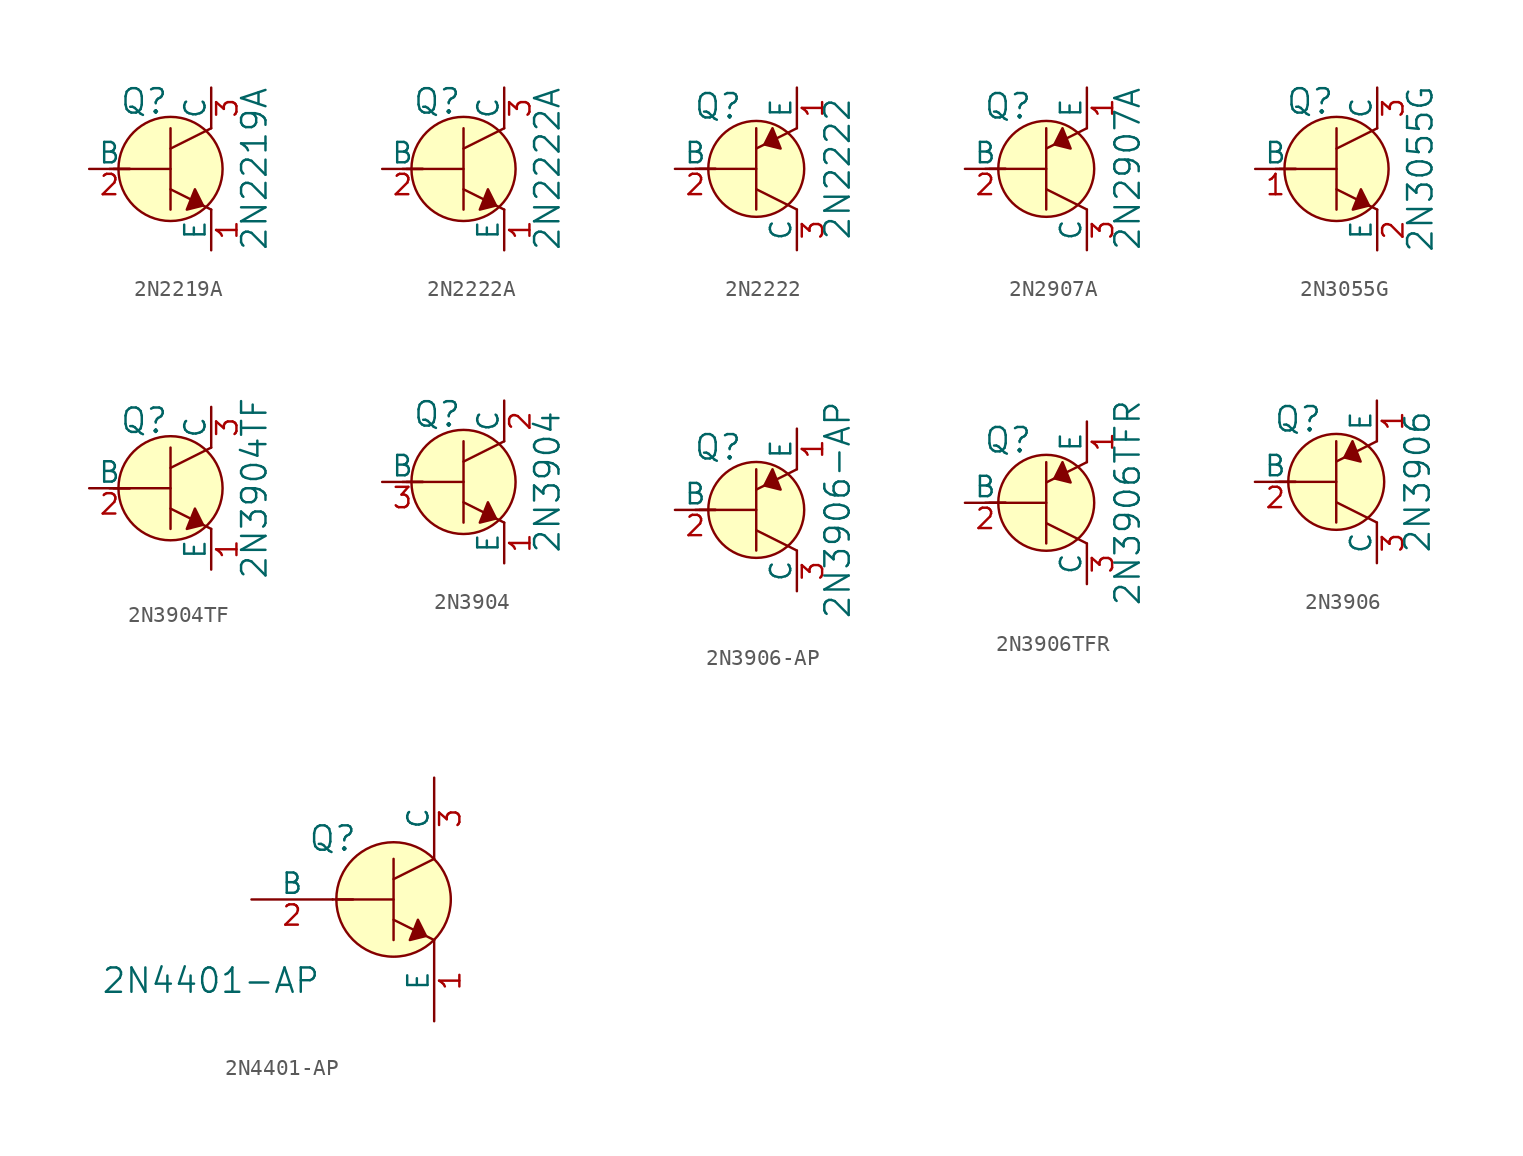
<source format=kicad_sym>
(kicad_symbol_lib
  (version 20211014)
  (generator kicad_symbol_editor)
  (symbol "2N2219A"
    (pin_names
      (offset 0))
    (property "Reference" "Q"
      (at -3.2 4.216 0)
      (effects (font (size 1.524 1.524)) (justify left)))
    (property "Value" "2N2219A"
      (at 5.232 0 90)
      (effects (font (size 1.524 1.524))))
    (symbol "2N2219A_0_1"
      (polyline (pts (xy -3.81 0) (xy -2.54 0)) (stroke (width 0) (type default) (color 0 0 0 0)) (fill (type none)))
      (polyline (pts (xy -3.556 0) (xy 0 0)) (stroke (width 0) (type default) (color 0 0 0 0)) (fill (type none)))
      (polyline (pts (xy 0 -1.27) (xy 2.54 -2.54)) (stroke (width 0) (type default) (color 0 0 0 0)) (fill (type none)))
      (polyline (pts (xy 0 1.27) (xy 2.54 2.54)) (stroke (width 0) (type default) (color 0 0 0 0)) (fill (type none)))
      (polyline (pts (xy 0 2.54) (xy 0 -2.54)) (stroke (width 0) (type default) (color 0 0 0 0)) (fill (type none)))
      (polyline (pts (xy 1.524 -1.27) (xy 2.032 -2.286) (xy 1.016 -2.54) (xy 1.524 -1.27)) (stroke (width 0) (type default) (color 0 0 0 0)) (fill (type outline)))
      (circle (center 0 0) (radius 3.251) (stroke (width 0) (type default) (color 0 0 0 0)) (fill (type background))))
    (symbol "2N2219A_1_1"
      (pin passive line (at 2.54 -5.08 90) (length 2.54) (name "E" (effects (font (size 1.27 1.27)))) (number "1" (effects (font (size 1.27 1.27)))))
      (pin input line (at -5.08 0 0) (length 2.54) (name "B" (effects (font (size 1.27 1.27)))) (number "2" (effects (font (size 1.27 1.27)))))
      (pin passive line (at 2.54 5.08 270) (length 2.54) (name "C" (effects (font (size 1.27 1.27)))) (number "3" (effects (font (size 1.27 1.27)))))))
  (symbol "2N2222A"
    (pin_names
      (offset 0))
    (property "Reference" "Q"
      (at -3.2 4.216 0)
      (effects (font (size 1.524 1.524)) (justify left)))
    (property "Value" "2N2222A"
      (at 5.232 0 90)
      (effects (font (size 1.524 1.524))))
    (symbol "2N2222A_0_1"
      (polyline (pts (xy -3.81 0) (xy -2.54 0)) (stroke (width 0) (type default) (color 0 0 0 0)) (fill (type none)))
      (polyline (pts (xy -3.556 0) (xy 0 0)) (stroke (width 0) (type default) (color 0 0 0 0)) (fill (type none)))
      (polyline (pts (xy 0 -1.27) (xy 2.54 -2.54)) (stroke (width 0) (type default) (color 0 0 0 0)) (fill (type none)))
      (polyline (pts (xy 0 1.27) (xy 2.54 2.54)) (stroke (width 0) (type default) (color 0 0 0 0)) (fill (type none)))
      (polyline (pts (xy 0 2.54) (xy 0 -2.54)) (stroke (width 0) (type default) (color 0 0 0 0)) (fill (type none)))
      (polyline (pts (xy 1.524 -1.27) (xy 2.032 -2.286) (xy 1.016 -2.54) (xy 1.524 -1.27)) (stroke (width 0) (type default) (color 0 0 0 0)) (fill (type outline)))
      (circle (center 0 0) (radius 3.251) (stroke (width 0) (type default) (color 0 0 0 0)) (fill (type background))))
    (symbol "2N2222A_1_1"
      (pin passive line (at 2.54 -5.08 90) (length 2.54) (name "E" (effects (font (size 1.27 1.27)))) (number "1" (effects (font (size 1.27 1.27)))))
      (pin input line (at -5.08 0 0) (length 2.54) (name "B" (effects (font (size 1.27 1.27)))) (number "2" (effects (font (size 1.27 1.27)))))
      (pin passive line (at 2.54 5.08 270) (length 2.54) (name "C" (effects (font (size 1.27 1.27)))) (number "3" (effects (font (size 1.27 1.27)))))))
  (symbol "2N2222"
    (pin_names
      (offset 0))
    (property "Reference" "Q"
      (at -2.388 3.912 0)
      (effects (font (size 1.524 1.524))))
    (property "Value" "2N2222"
      (at 5.08 0 90)
      (effects (font (size 1.524 1.524))))
    (symbol "2N2222_0_1"
      (polyline (pts (xy -3.81 0) (xy -2.54 0)) (stroke (width 0) (type default) (color 0 0 0 0)) (fill (type none)))
      (polyline (pts (xy -3.556 0) (xy 0 0)) (stroke (width 0) (type default) (color 0 0 0 0)) (fill (type none)))
      (polyline (pts (xy 0 -1.27) (xy 2.54 -2.54)) (stroke (width 0) (type default) (color 0 0 0 0)) (fill (type none)))
      (polyline (pts (xy 0 1.27) (xy 2.54 2.54)) (stroke (width 0) (type default) (color 0 0 0 0)) (fill (type none)))
      (polyline (pts (xy 0 2.54) (xy 0 -2.54)) (stroke (width 0) (type default) (color 0 0 0 0)) (fill (type none)))
      (polyline (pts (xy 1.016 2.54) (xy 0.508 1.524) (xy 1.524 1.27) (xy 1.016 2.54)) (stroke (width 0) (type default) (color 0 0 0 0)) (fill (type outline)))
      (circle (center 0 0) (radius 2.997) (stroke (width 0) (type default) (color 0 0 0 0)) (fill (type background))))
    (symbol "2N2222_1_1"
      (pin passive line (at 2.54 5.08 270) (length 2.54) (name "E" (effects (font (size 1.27 1.27)))) (number "1" (effects (font (size 1.27 1.27)))))
      (pin input line (at -5.08 0 0) (length 2.54) (name "B" (effects (font (size 1.27 1.27)))) (number "2" (effects (font (size 1.27 1.27)))))
      (pin passive line (at 2.54 -5.08 90) (length 2.54) (name "C" (effects (font (size 1.27 1.27)))) (number "3" (effects (font (size 1.27 1.27)))))))
  (symbol "2N2907A"
    (pin_names
      (offset 0))
    (property "Reference" "Q"
      (at -2.388 3.912 0)
      (effects (font (size 1.524 1.524))))
    (property "Value" "2N2907A"
      (at 5.08 0 90)
      (effects (font (size 1.524 1.524))))
    (symbol "2N2907A_0_1"
      (polyline (pts (xy -3.81 0) (xy -2.54 0)) (stroke (width 0) (type default) (color 0 0 0 0)) (fill (type none)))
      (polyline (pts (xy -3.556 0) (xy 0 0)) (stroke (width 0) (type default) (color 0 0 0 0)) (fill (type none)))
      (polyline (pts (xy 0 -1.27) (xy 2.54 -2.54)) (stroke (width 0) (type default) (color 0 0 0 0)) (fill (type none)))
      (polyline (pts (xy 0 1.27) (xy 2.54 2.54)) (stroke (width 0) (type default) (color 0 0 0 0)) (fill (type none)))
      (polyline (pts (xy 0 2.54) (xy 0 -2.54)) (stroke (width 0) (type default) (color 0 0 0 0)) (fill (type none)))
      (polyline (pts (xy 1.016 2.54) (xy 0.508 1.524) (xy 1.524 1.27) (xy 1.016 2.54)) (stroke (width 0) (type default) (color 0 0 0 0)) (fill (type outline)))
      (circle (center 0 0) (radius 2.997) (stroke (width 0) (type default) (color 0 0 0 0)) (fill (type background))))
    (symbol "2N2907A_1_1"
      (pin passive line (at 2.54 5.08 270) (length 2.54) (name "E" (effects (font (size 1.27 1.27)))) (number "1" (effects (font (size 1.27 1.27)))))
      (pin input line (at -5.08 0 0) (length 2.54) (name "B" (effects (font (size 1.27 1.27)))) (number "2" (effects (font (size 1.27 1.27)))))
      (pin passive line (at 2.54 -5.08 90) (length 2.54) (name "C" (effects (font (size 1.27 1.27)))) (number "3" (effects (font (size 1.27 1.27)))))))
  (symbol "2N3055G"
    (pin_names
      (offset 0))
    (property "Reference" "Q"
      (at -3.2 4.216 0)
      (effects (font (size 1.524 1.524)) (justify left)))
    (property "Value" "2N3055G"
      (at 5.232 0 90)
      (effects (font (size 1.524 1.524))))
    (symbol "2N3055G_0_1"
      (polyline (pts (xy -3.81 0) (xy -2.54 0)) (stroke (width 0) (type default) (color 0 0 0 0)) (fill (type none)))
      (polyline (pts (xy -3.556 0) (xy 0 0)) (stroke (width 0) (type default) (color 0 0 0 0)) (fill (type none)))
      (polyline (pts (xy 0 -1.27) (xy 2.54 -2.54)) (stroke (width 0) (type default) (color 0 0 0 0)) (fill (type none)))
      (polyline (pts (xy 0 1.27) (xy 2.54 2.54)) (stroke (width 0) (type default) (color 0 0 0 0)) (fill (type none)))
      (polyline (pts (xy 0 2.54) (xy 0 -2.54)) (stroke (width 0) (type default) (color 0 0 0 0)) (fill (type none)))
      (polyline (pts (xy 1.524 -1.27) (xy 2.032 -2.286) (xy 1.016 -2.54) (xy 1.524 -1.27)) (stroke (width 0) (type default) (color 0 0 0 0)) (fill (type outline)))
      (circle (center 0 0) (radius 3.251) (stroke (width 0) (type default) (color 0 0 0 0)) (fill (type background))))
    (symbol "2N3055G_1_1"
      (pin input line (at -5.08 0 0) (length 2.54) (name "B" (effects (font (size 1.27 1.27)))) (number "1" (effects (font (size 1.27 1.27)))))
      (pin passive line (at 2.54 -5.08 90) (length 2.54) (name "E" (effects (font (size 1.27 1.27)))) (number "2" (effects (font (size 1.27 1.27)))))
      (pin passive line (at 2.54 5.08 270) (length 2.54) (name "C" (effects (font (size 1.27 1.27)))) (number "3" (effects (font (size 1.27 1.27)))))))
  (symbol "2N3904TF"
    (pin_names
      (offset 0))
    (property "Reference" "Q"
      (at -3.2 4.216 0)
      (effects (font (size 1.524 1.524)) (justify left)))
    (property "Value" "2N3904TF"
      (at 5.232 0 90)
      (effects (font (size 1.524 1.524))))
    (symbol "2N3904TF_0_1"
      (polyline (pts (xy -3.81 0) (xy -2.54 0)) (stroke (width 0) (type default) (color 0 0 0 0)) (fill (type none)))
      (polyline (pts (xy -3.556 0) (xy 0 0)) (stroke (width 0) (type default) (color 0 0 0 0)) (fill (type none)))
      (polyline (pts (xy 0 -1.27) (xy 2.54 -2.54)) (stroke (width 0) (type default) (color 0 0 0 0)) (fill (type none)))
      (polyline (pts (xy 0 1.27) (xy 2.54 2.54)) (stroke (width 0) (type default) (color 0 0 0 0)) (fill (type none)))
      (polyline (pts (xy 0 2.54) (xy 0 -2.54)) (stroke (width 0) (type default) (color 0 0 0 0)) (fill (type none)))
      (polyline (pts (xy 1.524 -1.27) (xy 2.032 -2.286) (xy 1.016 -2.54) (xy 1.524 -1.27)) (stroke (width 0) (type default) (color 0 0 0 0)) (fill (type outline)))
      (circle (center 0 0) (radius 3.251) (stroke (width 0) (type default) (color 0 0 0 0)) (fill (type background))))
    (symbol "2N3904TF_1_1"
      (pin passive line (at 2.54 -5.08 90) (length 2.54) (name "E" (effects (font (size 1.27 1.27)))) (number "1" (effects (font (size 1.27 1.27)))))
      (pin input line (at -5.08 0 0) (length 2.54) (name "B" (effects (font (size 1.27 1.27)))) (number "2" (effects (font (size 1.27 1.27)))))
      (pin passive line (at 2.54 5.08 270) (length 2.54) (name "C" (effects (font (size 1.27 1.27)))) (number "3" (effects (font (size 1.27 1.27)))))))
  (symbol "2N3904"
    (pin_names
      (offset 0))
    (property "Reference" "Q"
      (at -3.2 4.216 0)
      (effects (font (size 1.524 1.524)) (justify left)))
    (property "Value" "2N3904"
      (at 5.232 0 90)
      (effects (font (size 1.524 1.524))))
    (symbol "2N3904_0_1"
      (polyline (pts (xy -3.81 0) (xy -2.54 0)) (stroke (width 0) (type default) (color 0 0 0 0)) (fill (type none)))
      (polyline (pts (xy -3.556 0) (xy 0 0)) (stroke (width 0) (type default) (color 0 0 0 0)) (fill (type none)))
      (polyline (pts (xy 0 -1.27) (xy 2.54 -2.54)) (stroke (width 0) (type default) (color 0 0 0 0)) (fill (type none)))
      (polyline (pts (xy 0 1.27) (xy 2.54 2.54)) (stroke (width 0) (type default) (color 0 0 0 0)) (fill (type none)))
      (polyline (pts (xy 0 2.54) (xy 0 -2.54)) (stroke (width 0) (type default) (color 0 0 0 0)) (fill (type none)))
      (polyline (pts (xy 1.524 -1.27) (xy 2.032 -2.286) (xy 1.016 -2.54) (xy 1.524 -1.27)) (stroke (width 0) (type default) (color 0 0 0 0)) (fill (type outline)))
      (circle (center 0 0) (radius 3.251) (stroke (width 0) (type default) (color 0 0 0 0)) (fill (type background))))
    (symbol "2N3904_1_1"
      (pin passive line (at 2.54 -5.08 90) (length 2.54) (name "E" (effects (font (size 1.27 1.27)))) (number "1" (effects (font (size 1.27 1.27)))))
      (pin passive line (at 2.54 5.08 270) (length 2.54) (name "C" (effects (font (size 1.27 1.27)))) (number "2" (effects (font (size 1.27 1.27)))))
      (pin input line (at -5.08 0 0) (length 2.54) (name "B" (effects (font (size 1.27 1.27)))) (number "3" (effects (font (size 1.27 1.27)))))))
  (symbol "2N3906-AP"
    (pin_names
      (offset 0))
    (property "Reference" "Q"
      (at -2.388 3.912 0)
      (effects (font (size 1.524 1.524))))
    (property "Value" "2N3906-AP"
      (at 5.08 0 90)
      (effects (font (size 1.524 1.524))))
    (symbol "2N3906-AP_0_1"
      (polyline (pts (xy -3.81 0) (xy -2.54 0)) (stroke (width 0) (type default) (color 0 0 0 0)) (fill (type none)))
      (polyline (pts (xy -3.556 0) (xy 0 0)) (stroke (width 0) (type default) (color 0 0 0 0)) (fill (type none)))
      (polyline (pts (xy 0 -1.27) (xy 2.54 -2.54)) (stroke (width 0) (type default) (color 0 0 0 0)) (fill (type none)))
      (polyline (pts (xy 0 1.27) (xy 2.54 2.54)) (stroke (width 0) (type default) (color 0 0 0 0)) (fill (type none)))
      (polyline (pts (xy 0 2.54) (xy 0 -2.54)) (stroke (width 0) (type default) (color 0 0 0 0)) (fill (type none)))
      (polyline (pts (xy 1.016 2.54) (xy 0.508 1.524) (xy 1.524 1.27) (xy 1.016 2.54)) (stroke (width 0) (type default) (color 0 0 0 0)) (fill (type outline)))
      (circle (center 0 0) (radius 2.997) (stroke (width 0) (type default) (color 0 0 0 0)) (fill (type background))))
    (symbol "2N3906-AP_1_1"
      (pin passive line (at 2.54 5.08 270) (length 2.54) (name "E" (effects (font (size 1.27 1.27)))) (number "1" (effects (font (size 1.27 1.27)))))
      (pin input line (at -5.08 0 0) (length 2.54) (name "B" (effects (font (size 1.27 1.27)))) (number "2" (effects (font (size 1.27 1.27)))))
      (pin passive line (at 2.54 -5.08 90) (length 2.54) (name "C" (effects (font (size 1.27 1.27)))) (number "3" (effects (font (size 1.27 1.27)))))))
  (symbol "2N3906TFR"
    (pin_names
      (offset 0))
    (property "Reference" "Q"
      (at -2.388 3.912 0)
      (effects (font (size 1.524 1.524))))
    (property "Value" "2N3906TFR"
      (at 5.08 0 90)
      (effects (font (size 1.524 1.524))))
    (symbol "2N3906TFR_0_1"
      (polyline (pts (xy -3.81 0) (xy -2.54 0)) (stroke (width 0) (type default) (color 0 0 0 0)) (fill (type none)))
      (polyline (pts (xy -3.556 0) (xy 0 0)) (stroke (width 0) (type default) (color 0 0 0 0)) (fill (type none)))
      (polyline (pts (xy 0 -1.27) (xy 2.54 -2.54)) (stroke (width 0) (type default) (color 0 0 0 0)) (fill (type none)))
      (polyline (pts (xy 0 1.27) (xy 2.54 2.54)) (stroke (width 0) (type default) (color 0 0 0 0)) (fill (type none)))
      (polyline (pts (xy 0 2.54) (xy 0 -2.54)) (stroke (width 0) (type default) (color 0 0 0 0)) (fill (type none)))
      (polyline (pts (xy 1.016 2.54) (xy 0.508 1.524) (xy 1.524 1.27) (xy 1.016 2.54)) (stroke (width 0) (type default) (color 0 0 0 0)) (fill (type outline)))
      (circle (center 0 0) (radius 2.997) (stroke (width 0) (type default) (color 0 0 0 0)) (fill (type background))))
    (symbol "2N3906TFR_1_1"
      (pin passive line (at 2.54 5.08 270) (length 2.54) (name "E" (effects (font (size 1.27 1.27)))) (number "1" (effects (font (size 1.27 1.27)))))
      (pin input line (at -5.08 0 0) (length 2.54) (name "B" (effects (font (size 1.27 1.27)))) (number "2" (effects (font (size 1.27 1.27)))))
      (pin passive line (at 2.54 -5.08 90) (length 2.54) (name "C" (effects (font (size 1.27 1.27)))) (number "3" (effects (font (size 1.27 1.27)))))))
  (symbol "2N3906"
    (pin_names
      (offset 0))
    (property "Reference" "Q"
      (at -2.388 3.912 0)
      (effects (font (size 1.524 1.524))))
    (property "Value" "2N3906"
      (at 5.08 0 90)
      (effects (font (size 1.524 1.524))))
    (symbol "2N3906_0_1"
      (polyline (pts (xy -3.81 0) (xy -2.54 0)) (stroke (width 0) (type default) (color 0 0 0 0)) (fill (type none)))
      (polyline (pts (xy -3.556 0) (xy 0 0)) (stroke (width 0) (type default) (color 0 0 0 0)) (fill (type none)))
      (polyline (pts (xy 0 -1.27) (xy 2.54 -2.54)) (stroke (width 0) (type default) (color 0 0 0 0)) (fill (type none)))
      (polyline (pts (xy 0 1.27) (xy 2.54 2.54)) (stroke (width 0) (type default) (color 0 0 0 0)) (fill (type none)))
      (polyline (pts (xy 0 2.54) (xy 0 -2.54)) (stroke (width 0) (type default) (color 0 0 0 0)) (fill (type none)))
      (polyline (pts (xy 1.016 2.54) (xy 0.508 1.524) (xy 1.524 1.27) (xy 1.016 2.54)) (stroke (width 0) (type default) (color 0 0 0 0)) (fill (type outline)))
      (circle (center 0 0) (radius 2.997) (stroke (width 0) (type default) (color 0 0 0 0)) (fill (type background))))
    (symbol "2N3906_1_1"
      (pin passive line (at 2.54 5.08 270) (length 2.54) (name "E" (effects (font (size 1.27 1.27)))) (number "1" (effects (font (size 1.27 1.27)))))
      (pin input line (at -5.08 0 0) (length 2.54) (name "B" (effects (font (size 1.27 1.27)))) (number "2" (effects (font (size 1.27 1.27)))))
      (pin passive line (at 2.54 -5.08 90) (length 2.54) (name "C" (effects (font (size 1.27 1.27)))) (number "3" (effects (font (size 1.27 1.27)))))))
  (symbol "2N4401-AP"
    (pin_names
      (offset 0))
    (property "Reference" "Q"
      (at -3.81 3.81 0)
      (effects (font (size 1.524 1.524))))
    (property "Value" "2N4401-AP"
      (at -11.43 -5.08 0)
      (effects (font (size 1.524 1.524))))
    (symbol "2N4401-AP_0_1"
      (polyline (pts (xy -3.81 0) (xy -2.54 0)) (stroke (width 0) (type default) (color 0 0 0 0)) (fill (type none)))
      (polyline (pts (xy -3.556 0) (xy 0 0)) (stroke (width 0) (type default) (color 0 0 0 0)) (fill (type none)))
      (polyline (pts (xy 0 -1.27) (xy 2.54 -2.54)) (stroke (width 0) (type default) (color 0 0 0 0)) (fill (type none)))
      (polyline (pts (xy 0 1.27) (xy 2.54 2.54)) (stroke (width 0) (type default) (color 0 0 0 0)) (fill (type none)))
      (polyline (pts (xy 0 2.54) (xy 0 -2.54)) (stroke (width 0) (type default) (color 0 0 0 0)) (fill (type none)))
      (polyline (pts (xy 1.524 -1.27) (xy 2.032 -2.286) (xy 1.016 -2.54) (xy 1.524 -1.27)) (stroke (width 0) (type default) (color 0 0 0 0)) (fill (type outline)))
      (circle (center 0 0) (radius 3.581) (stroke (width 0) (type default) (color 0 0 0 0)) (fill (type background))))
    (symbol "2N4401-AP_1_1"
      (pin input line (at 2.54 -7.62 90) (length 5.08) (name "E" (effects (font (size 1.27 1.27)))) (number "1" (effects (font (size 1.27 1.27)))))
      (pin input line (at -8.89 0 0) (length 5.08) (name "B" (effects (font (size 1.27 1.27)))) (number "2" (effects (font (size 1.27 1.27)))))
      (pin input line (at 2.54 7.62 270) (length 5.08) (name "C" (effects (font (size 1.27 1.27)))) (number "3" (effects (font (size 1.27 1.27))))))))
</source>
